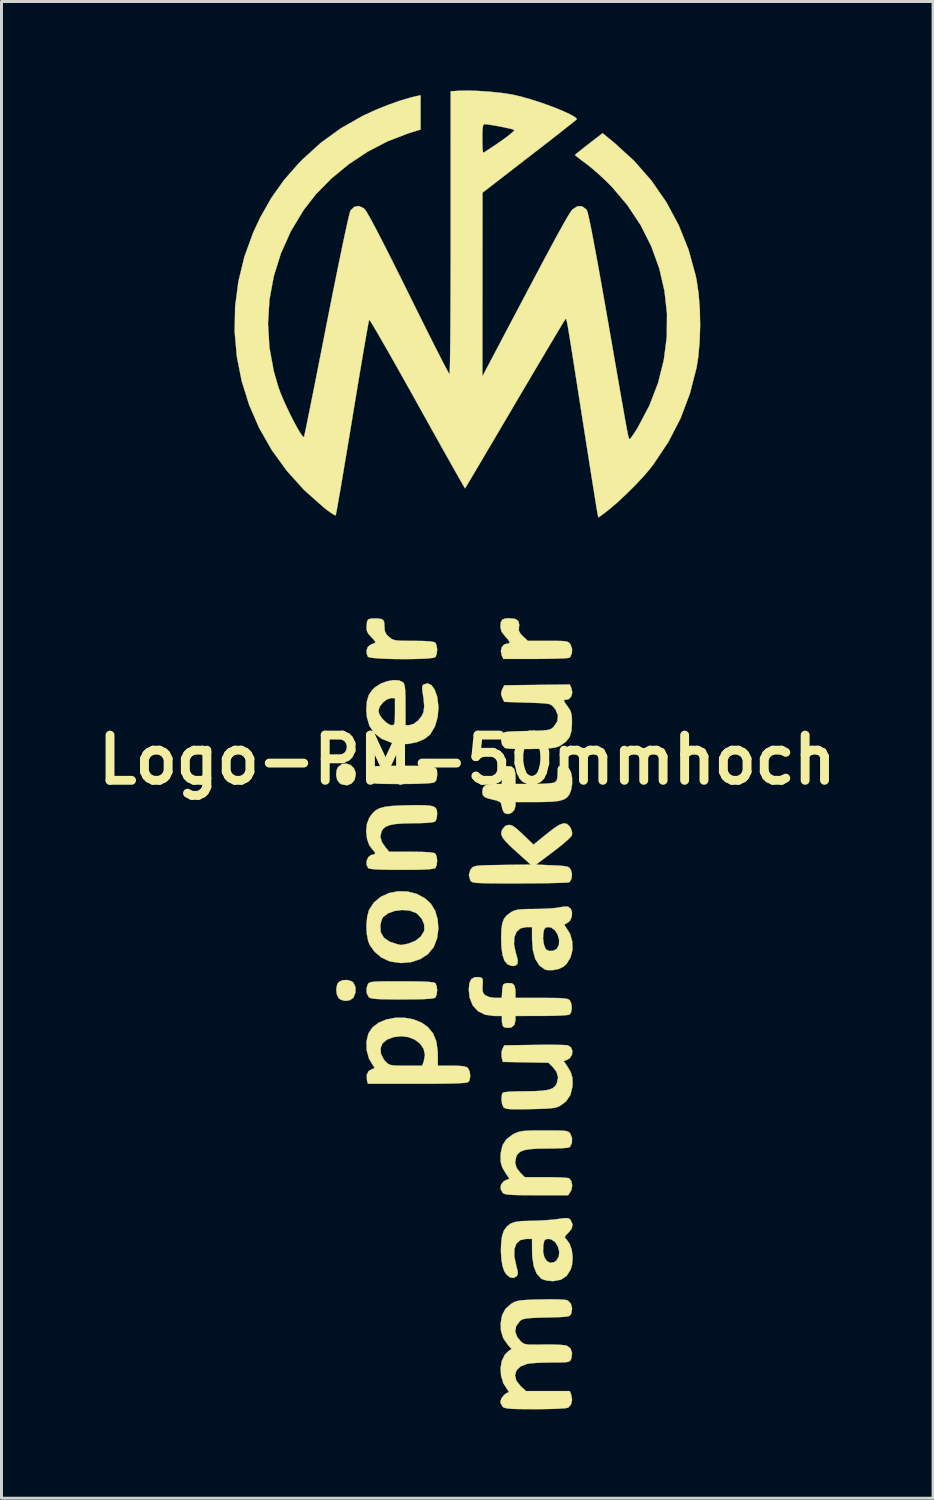
<source format=kicad_pcb>
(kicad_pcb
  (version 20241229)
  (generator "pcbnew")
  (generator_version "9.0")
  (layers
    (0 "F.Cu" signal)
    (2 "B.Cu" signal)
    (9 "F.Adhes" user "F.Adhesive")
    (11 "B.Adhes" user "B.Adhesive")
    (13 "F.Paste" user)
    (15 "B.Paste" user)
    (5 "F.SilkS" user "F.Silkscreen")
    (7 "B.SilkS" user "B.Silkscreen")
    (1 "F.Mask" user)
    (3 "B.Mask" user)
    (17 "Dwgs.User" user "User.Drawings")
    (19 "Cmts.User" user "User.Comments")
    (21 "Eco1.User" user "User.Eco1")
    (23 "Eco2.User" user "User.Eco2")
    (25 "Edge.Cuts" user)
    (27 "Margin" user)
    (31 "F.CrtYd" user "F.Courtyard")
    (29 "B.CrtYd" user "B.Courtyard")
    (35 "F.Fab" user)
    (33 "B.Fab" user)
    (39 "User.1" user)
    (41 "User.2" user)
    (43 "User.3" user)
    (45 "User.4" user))
  (footprint "Logo-PM-50mmhoch"
    (layer "F.Cu")
    (at 12.707 22.574)
    (property "Reference" "Logo-PM-50mmhoch" (at 0 0 0) (layer "F.SilkS") (effects (font (size 1.524 1.524) (thickness 0.3))))
    (attr through_hole)
    (fp_poly (pts (xy -3.935 0.174) (xy -3.821 0.283) (xy -3.762 0.439) (xy -3.759 0.486) (xy -3.799 0.673) (xy -3.905 0.8) (xy -4.054 0.857) (xy -4.224 0.83) (xy -4.307 0.785) (xy -4.387 0.674) (xy -4.422 0.514) (xy -4.406 0.348) (xy -4.356 0.241) (xy -4.229 0.143) (xy -4.08 0.124) (xy -3.935 0.174)) (stroke (width 0.01) (type solid)) (fill yes) (layer "F.SilkS"))
    (fp_poly (pts (xy -3.9 7.466) (xy -3.843 7.51) (xy -3.773 7.655) (xy -3.768 7.834) (xy -3.83 8.002) (xy -3.838 8.015) (xy -3.955 8.103) (xy -4.111 8.129) (xy -4.263 8.09) (xy -4.336 8.035) (xy -4.399 7.906) (xy -4.417 7.739) (xy -4.389 7.581) (xy -4.34 7.497) (xy -4.213 7.432) (xy -4.05 7.422) (xy -3.9 7.466)) (stroke (width 0.01) (type solid)) (fill yes) (layer "F.SilkS"))
    (fp_poly (pts (xy -1.529 0.205) (xy -1.321 0.213) (xy -1.179 0.23) (xy -1.089 0.26) (xy -1.04 0.306) (xy -1.02 0.371) (xy -1.016 0.459) (xy -1.016 0.536) (xy -1.045 0.689) (xy -1.114 0.76) (xy -1.199 0.778) (xy -1.373 0.793) (xy -1.621 0.804) (xy -1.932 0.811) (xy -2.224 0.813) (xy -2.572 0.812) (xy -2.833 0.809) (xy -3.021 0.802) (xy -3.149 0.791) (xy -3.233 0.774) (xy -3.286 0.75) (xy -3.32 0.72) (xy -3.394 0.567) (xy -3.386 0.387) (xy -3.351 0.301) (xy -3.328 0.269) (xy -3.291 0.245) (xy -3.225 0.227) (xy -3.118 0.216) (xy -2.956 0.208) (xy -2.728 0.205) (xy -2.418 0.203) (xy -2.188 0.203) (xy -1.814 0.203) (xy -1.529 0.205)) (stroke (width 0.01) (type solid)) (fill yes) (layer "F.SilkS"))
    (fp_poly (pts (xy -1.817 7.47) (xy -1.51 7.476) (xy -1.29 7.487) (xy -1.149 7.503) (xy -1.081 7.525) (xy -1.077 7.529) (xy -1.036 7.618) (xy -1.016 7.755) (xy -1.016 7.772) (xy -1.032 7.912) (xy -1.071 8.01) (xy -1.077 8.016) (xy -1.136 8.039) (xy -1.268 8.056) (xy -1.479 8.068) (xy -1.776 8.075) (xy -2.167 8.077) (xy -2.191 8.077) (xy -2.553 8.076) (xy -2.828 8.072) (xy -3.027 8.065) (xy -3.164 8.053) (xy -3.253 8.036) (xy -3.306 8.012) (xy -3.324 7.997) (xy -3.391 7.866) (xy -3.395 7.696) (xy -3.351 7.566) (xy -3.328 7.533) (xy -3.29 7.509) (xy -3.223 7.491) (xy -3.114 7.48) (xy -2.95 7.472) (xy -2.718 7.469) (xy -2.404 7.468) (xy -2.218 7.468) (xy -1.817 7.47)) (stroke (width 0.01) (type solid)) (fill yes) (layer "F.SilkS"))
    (fp_poly (pts (xy 1.616 -4.754) (xy 1.722 -4.684) (xy 1.753 -4.555) (xy 1.742 -4.458) (xy 1.742 -4.348) (xy 1.803 -4.244) (xy 1.879 -4.166) (xy 2.043 -4.013) (xy 2.722 -4.013) (xy 2.996 -4.013) (xy 3.187 -4.009) (xy 3.312 -3.998) (xy 3.39 -3.979) (xy 3.439 -3.947) (xy 3.476 -3.899) (xy 3.484 -3.887) (xy 3.534 -3.745) (xy 3.527 -3.591) (xy 3.469 -3.469) (xy 3.438 -3.443) (xy 3.371 -3.432) (xy 3.219 -3.422) (xy 2.997 -3.414) (xy 2.72 -3.408) (xy 2.406 -3.405) (xy 2.298 -3.404) (xy 1.217 -3.404) (xy 1.159 -3.531) (xy 1.133 -3.67) (xy 1.166 -3.802) (xy 1.243 -3.892) (xy 1.311 -3.912) (xy 1.41 -3.926) (xy 1.427 -3.977) (xy 1.363 -4.072) (xy 1.292 -4.147) (xy 1.158 -4.32) (xy 1.118 -4.468) (xy 1.13 -4.639) (xy 1.184 -4.732) (xy 1.3 -4.77) (xy 1.426 -4.775) (xy 1.616 -4.754)) (stroke (width 0.01) (type solid)) (fill yes) (layer "F.SilkS"))
    (fp_poly (pts (xy -2.914 -4.753) (xy -2.838 -4.719) (xy -2.803 -4.648) (xy -2.794 -4.509) (xy -2.794 -4.499) (xy -2.78 -4.34) (xy -2.725 -4.23) (xy -2.638 -4.145) (xy -2.57 -4.091) (xy -2.501 -4.055) (xy -2.413 -4.032) (xy -2.284 -4.019) (xy -2.095 -4.014) (xy -1.826 -4.013) (xy -1.81 -4.013) (xy -1.48 -4.009) (xy -1.249 -3.995) (xy -1.114 -3.971) (xy -1.077 -3.952) (xy -1.036 -3.863) (xy -1.016 -3.726) (xy -1.016 -3.708) (xy -1.032 -3.569) (xy -1.071 -3.471) (xy -1.077 -3.465) (xy -1.151 -3.441) (xy -1.307 -3.422) (xy -1.526 -3.409) (xy -1.791 -3.401) (xy -2.083 -3.398) (xy -2.382 -3.399) (xy -2.671 -3.406) (xy -2.931 -3.417) (xy -3.144 -3.434) (xy -3.29 -3.454) (xy -3.35 -3.477) (xy -3.39 -3.58) (xy -3.395 -3.688) (xy -3.356 -3.806) (xy -3.26 -3.885) (xy -3.139 -3.931) (xy -3.099 -3.958) (xy -3.117 -4.01) (xy -3.202 -4.106) (xy -3.231 -4.136) (xy -3.341 -4.258) (xy -3.39 -4.363) (xy -3.396 -4.495) (xy -3.394 -4.532) (xy -3.378 -4.669) (xy -3.341 -4.735) (xy -3.257 -4.761) (xy -3.206 -4.766) (xy -3.048 -4.769) (xy -2.914 -4.753)) (stroke (width 0.01) (type solid)) (fill yes) (layer "F.SilkS"))
    (fp_poly (pts (xy -2.022 4.439) (xy -1.717 4.514) (xy -1.439 4.66) (xy -1.233 4.843) (xy -1.085 5.083) (xy -0.998 5.377) (xy -0.975 5.697) (xy -1.017 6.014) (xy -1.127 6.301) (xy -1.141 6.326) (xy -1.33 6.553) (xy -1.587 6.72) (xy -1.891 6.821) (xy -2.225 6.851) (xy -2.569 6.804) (xy -2.656 6.779) (xy -2.905 6.657) (xy -3.124 6.471) (xy -3.285 6.248) (xy -3.341 6.114) (xy -3.39 5.858) (xy -3.4 5.585) (xy -2.932 5.585) (xy -2.919 5.811) (xy -2.815 5.993) (xy -2.621 6.131) (xy -2.338 6.223) (xy -2.235 6.242) (xy -2.175 6.234) (xy -2.051 6.209) (xy -1.981 6.193) (xy -1.753 6.104) (xy -1.571 5.961) (xy -1.461 5.784) (xy -1.447 5.736) (xy -1.453 5.549) (xy -1.535 5.359) (xy -1.677 5.2) (xy -1.737 5.158) (xy -1.947 5.082) (xy -2.195 5.062) (xy -2.447 5.094) (xy -2.672 5.175) (xy -2.837 5.299) (xy -2.84 5.303) (xy -2.889 5.402) (xy -2.927 5.55) (xy -2.932 5.585) (xy -3.4 5.585) (xy -3.401 5.571) (xy -3.375 5.294) (xy -3.315 5.067) (xy -3.307 5.051) (xy -3.143 4.803) (xy -2.914 4.616) (xy -2.639 4.491) (xy -2.335 4.432) (xy -2.022 4.439)) (stroke (width 0.01) (type solid)) (fill yes) (layer "F.SilkS"))
    (fp_poly (pts (xy 0.467 7.339) (xy 0.512 7.375) (xy 0.524 7.46) (xy 0.518 7.602) (xy 0.515 7.765) (xy 0.537 7.863) (xy 0.596 7.929) (xy 0.618 7.945) (xy 0.743 7.998) (xy 0.909 8.025) (xy 0.948 8.026) (xy 1.163 8.026) (xy 1.178 7.785) (xy 1.192 7.639) (xy 1.223 7.566) (xy 1.291 7.536) (xy 1.366 7.527) (xy 1.507 7.534) (xy 1.587 7.598) (xy 1.621 7.735) (xy 1.625 7.836) (xy 1.626 8.026) (xy 2.508 8.026) (xy 2.836 8.028) (xy 3.077 8.032) (xy 3.246 8.042) (xy 3.356 8.057) (xy 3.422 8.079) (xy 3.458 8.107) (xy 3.508 8.22) (xy 3.524 8.367) (xy 3.504 8.504) (xy 3.452 8.588) (xy 3.379 8.603) (xy 3.222 8.617) (xy 3.001 8.627) (xy 2.732 8.633) (xy 2.502 8.635) (xy 1.626 8.636) (xy 1.626 8.778) (xy 1.587 8.937) (xy 1.483 9.026) (xy 1.327 9.037) (xy 1.232 9.009) (xy 1.189 8.946) (xy 1.169 8.825) (xy 1.168 8.81) (xy 1.168 8.636) (xy 0.912 8.636) (xy 0.606 8.595) (xy 0.361 8.474) (xy 0.184 8.28) (xy 0.079 8.019) (xy 0.051 7.753) (xy 0.071 7.529) (xy 0.138 7.39) (xy 0.256 7.328) (xy 0.375 7.325) (xy 0.467 7.339)) (stroke (width 0.01) (type solid)) (fill yes) (layer "F.SilkS"))
    (fp_poly (pts (xy 3.109 9.611) (xy 3.286 9.617) (xy 3.382 9.624) (xy 3.388 9.625) (xy 3.497 9.694) (xy 3.544 9.811) (xy 3.531 9.943) (xy 3.458 10.058) (xy 3.374 10.111) (xy 3.252 10.157) (xy 3.38 10.345) (xy 3.492 10.536) (xy 3.545 10.715) (xy 3.552 10.926) (xy 3.544 11.03) (xy 3.478 11.302) (xy 3.333 11.515) (xy 3.144 11.659) (xy 3.067 11.697) (xy 2.975 11.726) (xy 2.851 11.746) (xy 2.677 11.76) (xy 2.436 11.77) (xy 2.131 11.777) (xy 1.815 11.782) (xy 1.585 11.783) (xy 1.426 11.777) (xy 1.323 11.764) (xy 1.259 11.742) (xy 1.221 11.712) (xy 1.219 11.709) (xy 1.172 11.596) (xy 1.154 11.439) (xy 1.169 11.29) (xy 1.192 11.23) (xy 1.257 11.207) (xy 1.416 11.189) (xy 1.66 11.179) (xy 1.926 11.176) (xy 2.281 11.171) (xy 2.548 11.155) (xy 2.742 11.124) (xy 2.876 11.075) (xy 2.964 11.004) (xy 3.02 10.911) (xy 3.063 10.708) (xy 3.009 10.519) (xy 2.887 10.362) (xy 2.738 10.213) (xy 1.969 10.199) (xy 1.201 10.185) (xy 1.161 10.036) (xy 1.155 9.844) (xy 1.184 9.757) (xy 1.246 9.627) (xy 2.261 9.612) (xy 2.579 9.609) (xy 2.867 9.609) (xy 3.109 9.611)) (stroke (width 0.01) (type solid)) (fill yes) (layer "F.SilkS"))
    (fp_poly (pts (xy 3.332 0.229) (xy 3.422 0.28) (xy 3.495 0.41) (xy 3.534 0.602) (xy 3.536 0.819) (xy 3.498 1.026) (xy 3.498 1.027) (xy 3.443 1.164) (xy 3.366 1.266) (xy 3.254 1.337) (xy 3.091 1.384) (xy 2.864 1.41) (xy 2.558 1.421) (xy 2.349 1.422) (xy 1.626 1.422) (xy 1.626 1.546) (xy 1.59 1.684) (xy 1.5 1.783) (xy 1.385 1.828) (xy 1.272 1.803) (xy 1.23 1.765) (xy 1.186 1.67) (xy 1.16 1.553) (xy 1.139 1.462) (xy 1.084 1.407) (xy 0.969 1.366) (xy 0.887 1.347) (xy 0.693 1.298) (xy 0.579 1.249) (xy 0.524 1.186) (xy 0.508 1.094) (xy 0.508 1.074) (xy 0.531 0.937) (xy 0.61 0.855) (xy 0.762 0.818) (xy 0.897 0.813) (xy 1.163 0.813) (xy 1.179 0.521) (xy 1.19 0.356) (xy 1.213 0.266) (xy 1.259 0.227) (xy 1.337 0.212) (xy 1.487 0.222) (xy 1.579 0.3) (xy 1.621 0.458) (xy 1.626 0.565) (xy 1.626 0.813) (xy 2.239 0.813) (xy 2.486 0.809) (xy 2.704 0.797) (xy 2.867 0.78) (xy 2.95 0.76) (xy 3.012 0.702) (xy 3.042 0.595) (xy 3.048 0.455) (xy 3.051 0.306) (xy 3.072 0.231) (xy 3.126 0.206) (xy 3.197 0.203) (xy 3.332 0.229)) (stroke (width 0.01) (type solid)) (fill yes) (layer "F.SilkS"))
    (fp_poly (pts (xy 3.514 -2.414) (xy 3.541 -2.27) (xy 3.507 -2.138) (xy 3.424 -2.05) (xy 3.354 -2.032) (xy 3.279 -2.025) (xy 3.26 -1.991) (xy 3.302 -1.913) (xy 3.391 -1.791) (xy 3.466 -1.68) (xy 3.508 -1.57) (xy 3.527 -1.427) (xy 3.531 -1.24) (xy 3.513 -0.969) (xy 3.45 -0.769) (xy 3.329 -0.615) (xy 3.145 -0.484) (xy 3.067 -0.445) (xy 2.972 -0.417) (xy 2.843 -0.397) (xy 2.663 -0.383) (xy 2.412 -0.374) (xy 2.16 -0.368) (xy 1.836 -0.365) (xy 1.572 -0.37) (xy 1.38 -0.381) (xy 1.274 -0.399) (xy 1.263 -0.404) (xy 1.174 -0.513) (xy 1.139 -0.671) (xy 1.165 -0.829) (xy 1.186 -0.877) (xy 1.217 -0.91) (xy 1.274 -0.934) (xy 1.373 -0.949) (xy 1.529 -0.959) (xy 1.759 -0.967) (xy 2.002 -0.972) (xy 2.302 -0.98) (xy 2.518 -0.989) (xy 2.667 -1.001) (xy 2.766 -1.02) (xy 2.833 -1.048) (xy 2.886 -1.088) (xy 2.916 -1.118) (xy 3.037 -1.3) (xy 3.058 -1.495) (xy 2.979 -1.692) (xy 2.926 -1.762) (xy 2.876 -1.817) (xy 2.826 -1.856) (xy 2.756 -1.883) (xy 2.65 -1.9) (xy 2.49 -1.913) (xy 2.26 -1.923) (xy 2.024 -1.93) (xy 1.246 -1.956) (xy 1.179 -2.095) (xy 1.138 -2.221) (xy 1.162 -2.337) (xy 1.179 -2.375) (xy 1.246 -2.515) (xy 2.351 -2.528) (xy 3.456 -2.542) (xy 3.514 -2.414)) (stroke (width 0.01) (type solid)) (fill yes) (layer "F.SilkS"))
    (fp_poly (pts (xy -1.816 8.75) (xy -1.537 8.863) (xy -1.329 9.01) (xy -1.153 9.224) (xy -1.044 9.491) (xy -0.997 9.827) (xy -0.995 9.918) (xy -0.991 10.312) (xy -0.524 10.312) (xy -0.28 10.317) (xy -0.118 10.333) (xy -0.019 10.363) (xy 0.022 10.392) (xy 0.08 10.506) (xy 0.1 10.658) (xy 0.077 10.799) (xy 0.041 10.861) (xy -0.007 10.879) (xy -0.116 10.894) (xy -0.293 10.905) (xy -0.544 10.913) (xy -0.878 10.919) (xy -1.3 10.921) (xy -1.686 10.922) (xy -3.351 10.922) (xy -3.382 10.799) (xy -3.39 10.622) (xy -3.325 10.492) (xy -3.22 10.433) (xy -3.135 10.402) (xy -3.136 10.357) (xy -3.167 10.319) (xy -3.311 10.083) (xy -3.391 9.799) (xy -3.393 9.723) (xy -2.924 9.723) (xy -2.91 9.913) (xy -2.812 10.106) (xy -2.755 10.173) (xy -2.692 10.234) (xy -2.628 10.274) (xy -2.541 10.298) (xy -2.409 10.309) (xy -2.208 10.312) (xy -2.072 10.312) (xy -1.521 10.312) (xy -1.468 10.173) (xy -1.427 9.948) (xy -1.472 9.745) (xy -1.589 9.572) (xy -1.764 9.438) (xy -1.982 9.35) (xy -2.229 9.318) (xy -2.49 9.351) (xy -2.707 9.433) (xy -2.856 9.557) (xy -2.924 9.723) (xy -3.393 9.723) (xy -3.4 9.502) (xy -3.333 9.225) (xy -3.195 9.019) (xy -2.985 8.861) (xy -2.723 8.753) (xy -2.429 8.697) (xy -2.12 8.695) (xy -1.816 8.75)) (stroke (width 0.01) (type solid)) (fill yes) (layer "F.SilkS"))
    (fp_poly (pts (xy 2.902 12.497) (xy 3.118 12.5) (xy 3.265 12.508) (xy 3.359 12.522) (xy 3.417 12.546) (xy 3.456 12.582) (xy 3.484 12.623) (xy 3.534 12.765) (xy 3.527 12.919) (xy 3.469 13.041) (xy 3.438 13.067) (xy 3.367 13.081) (xy 3.215 13.093) (xy 3.005 13.102) (xy 2.756 13.105) (xy 2.713 13.106) (xy 2.363 13.111) (xy 2.101 13.129) (xy 1.912 13.163) (xy 1.783 13.216) (xy 1.698 13.293) (xy 1.654 13.372) (xy 1.611 13.574) (xy 1.664 13.762) (xy 1.788 13.922) (xy 1.938 14.072) (xy 2.658 14.072) (xy 2.922 14.075) (xy 3.151 14.082) (xy 3.325 14.093) (xy 3.425 14.106) (xy 3.438 14.111) (xy 3.513 14.212) (xy 3.538 14.36) (xy 3.508 14.511) (xy 3.484 14.555) (xy 3.401 14.681) (xy 2.339 14.681) (xy 1.975 14.68) (xy 1.699 14.676) (xy 1.499 14.669) (xy 1.36 14.657) (xy 1.271 14.64) (xy 1.216 14.617) (xy 1.197 14.601) (xy 1.124 14.468) (xy 1.137 14.327) (xy 1.228 14.211) (xy 1.302 14.171) (xy 1.421 14.125) (xy 1.294 13.937) (xy 1.182 13.746) (xy 1.128 13.568) (xy 1.122 13.356) (xy 1.13 13.252) (xy 1.189 12.993) (xy 1.318 12.794) (xy 1.53 12.635) (xy 1.576 12.611) (xy 1.67 12.567) (xy 1.765 12.536) (xy 1.881 12.516) (xy 2.037 12.504) (xy 2.253 12.498) (xy 2.548 12.497) (xy 2.6 12.497) (xy 2.902 12.497)) (stroke (width 0.01) (type solid)) (fill yes) (layer "F.SilkS"))
    (fp_poly (pts (xy -2.301 -2.679) (xy -2.168 -2.617) (xy -2.163 -2.613) (xy -2.129 -2.56) (xy -2.106 -2.471) (xy -2.092 -2.329) (xy -2.085 -2.117) (xy -2.083 -1.851) (xy -2.083 -1.168) (xy -1.96 -1.168) (xy -1.81 -1.212) (xy -1.658 -1.326) (xy -1.534 -1.481) (xy -1.476 -1.612) (xy -1.452 -1.804) (xy -1.472 -2.06) (xy -1.486 -2.145) (xy -1.515 -2.335) (xy -1.521 -2.449) (xy -1.503 -2.513) (xy -1.471 -2.542) (xy -1.336 -2.58) (xy -1.211 -2.523) (xy -1.103 -2.376) (xy -1.02 -2.148) (xy -1.013 -2.122) (xy -0.971 -1.782) (xy -0.999 -1.441) (xy -1.091 -1.127) (xy -1.243 -0.87) (xy -1.263 -0.845) (xy -1.451 -0.7) (xy -1.705 -0.595) (xy -1.998 -0.537) (xy -2.301 -0.533) (xy -2.55 -0.576) (xy -2.883 -0.709) (xy -3.132 -0.898) (xy -3.299 -1.146) (xy -3.388 -1.456) (xy -3.401 -1.65) (xy -2.997 -1.65) (xy -2.958 -1.523) (xy -2.861 -1.382) (xy -2.733 -1.258) (xy -2.604 -1.18) (xy -2.545 -1.168) (xy -2.494 -1.175) (xy -2.463 -1.208) (xy -2.446 -1.286) (xy -2.44 -1.429) (xy -2.438 -1.626) (xy -2.438 -2.083) (xy -2.569 -2.083) (xy -2.711 -2.04) (xy -2.85 -1.931) (xy -2.956 -1.789) (xy -2.997 -1.65) (xy -3.401 -1.65) (xy -3.404 -1.695) (xy -3.385 -1.974) (xy -3.321 -2.187) (xy -3.2 -2.361) (xy -3.099 -2.456) (xy -2.916 -2.572) (xy -2.703 -2.652) (xy -2.488 -2.689) (xy -2.301 -2.679)) (stroke (width 0.01) (type solid)) (fill yes) (layer "F.SilkS"))
    (fp_poly (pts (xy -1.423 1.531) (xy -1.243 1.547) (xy -1.125 1.579) (xy -1.056 1.632) (xy -1.024 1.708) (xy -1.016 1.812) (xy -1.016 1.82) (xy -1.031 1.962) (xy -1.069 2.063) (xy -1.077 2.073) (xy -1.161 2.103) (xy -1.343 2.123) (xy -1.625 2.135) (xy -1.801 2.136) (xy -2.158 2.144) (xy -2.427 2.164) (xy -2.623 2.202) (xy -2.759 2.259) (xy -2.849 2.34) (xy -2.887 2.404) (xy -2.931 2.582) (xy -2.885 2.763) (xy -2.764 2.942) (xy -2.633 3.099) (xy -1.885 3.099) (xy -1.543 3.103) (xy -1.297 3.114) (xy -1.143 3.134) (xy -1.077 3.16) (xy -1.036 3.249) (xy -1.016 3.386) (xy -1.016 3.404) (xy -1.032 3.543) (xy -1.071 3.641) (xy -1.077 3.647) (xy -1.136 3.67) (xy -1.266 3.687) (xy -1.475 3.699) (xy -1.77 3.706) (xy -2.159 3.708) (xy -2.21 3.708) (xy -2.61 3.706) (xy -2.915 3.7) (xy -3.134 3.689) (xy -3.273 3.672) (xy -3.339 3.65) (xy -3.343 3.647) (xy -3.397 3.535) (xy -3.391 3.4) (xy -3.335 3.279) (xy -3.241 3.207) (xy -3.199 3.2) (xy -3.112 3.177) (xy -3.115 3.113) (xy -3.178 3.045) (xy -3.303 2.883) (xy -3.38 2.661) (xy -3.409 2.41) (xy -3.385 2.163) (xy -3.304 1.952) (xy -3.289 1.928) (xy -3.19 1.797) (xy -3.084 1.699) (xy -2.953 1.63) (xy -2.781 1.584) (xy -2.551 1.555) (xy -2.247 1.538) (xy -2.024 1.532) (xy -1.679 1.527) (xy -1.423 1.531)) (stroke (width 0.01) (type solid)) (fill yes) (layer "F.SilkS"))
    (fp_poly (pts (xy 3.356 2.156) (xy 3.444 2.234) (xy 3.5 2.326) (xy 3.536 2.455) (xy 3.529 2.544) (xy 3.478 2.61) (xy 3.361 2.722) (xy 3.192 2.866) (xy 2.988 3.027) (xy 2.908 3.088) (xy 2.319 3.531) (xy 2.873 3.556) (xy 3.117 3.568) (xy 3.279 3.582) (xy 3.38 3.603) (xy 3.44 3.634) (xy 3.477 3.682) (xy 3.492 3.708) (xy 3.53 3.854) (xy 3.515 4.004) (xy 3.454 4.114) (xy 3.438 4.126) (xy 3.374 4.136) (xy 3.221 4.144) (xy 2.992 4.151) (xy 2.7 4.158) (xy 2.357 4.162) (xy 1.975 4.164) (xy 1.767 4.165) (xy 1.32 4.165) (xy 0.963 4.164) (xy 0.687 4.161) (xy 0.48 4.156) (xy 0.331 4.149) (xy 0.231 4.137) (xy 0.167 4.122) (xy 0.13 4.102) (xy 0.109 4.077) (xy 0.103 4.067) (xy 0.054 3.884) (xy 0.104 3.712) (xy 0.14 3.663) (xy 0.176 3.626) (xy 0.225 3.598) (xy 0.3 3.578) (xy 0.417 3.564) (xy 0.59 3.555) (xy 0.834 3.549) (xy 1.164 3.544) (xy 1.183 3.543) (xy 2.137 3.531) (xy 1.691 3.129) (xy 1.459 2.916) (xy 1.298 2.754) (xy 1.198 2.629) (xy 1.151 2.528) (xy 1.148 2.438) (xy 1.179 2.348) (xy 1.284 2.227) (xy 1.386 2.194) (xy 1.467 2.199) (xy 1.559 2.241) (xy 1.678 2.332) (xy 1.844 2.484) (xy 1.88 2.518) (xy 2.233 2.859) (xy 2.678 2.497) (xy 2.922 2.308) (xy 3.108 2.19) (xy 3.248 2.14) (xy 3.356 2.156)) (stroke (width 0.01) (type solid)) (fill yes) (layer "F.SilkS"))
    (fp_poly (pts (xy 3.404 4.953) (xy 3.495 5.028) (xy 3.533 5.154) (xy 3.521 5.298) (xy 3.463 5.427) (xy 3.362 5.509) (xy 3.352 5.512) (xy 3.278 5.548) (xy 3.293 5.601) (xy 3.318 5.631) (xy 3.466 5.865) (xy 3.542 6.131) (xy 3.548 6.404) (xy 3.483 6.66) (xy 3.351 6.877) (xy 3.247 6.972) (xy 3.085 7.05) (xy 2.886 7.091) (xy 2.698 7.089) (xy 2.616 7.067) (xy 2.428 6.93) (xy 2.292 6.71) (xy 2.211 6.409) (xy 2.184 6.047) (xy 2.184 6.02) (xy 2.555 6.02) (xy 2.581 6.217) (xy 2.64 6.369) (xy 2.654 6.388) (xy 2.756 6.444) (xy 2.891 6.44) (xy 3.012 6.379) (xy 3.019 6.372) (xy 3.091 6.237) (xy 3.098 6.07) (xy 3.051 5.898) (xy 2.959 5.751) (xy 2.835 5.657) (xy 2.745 5.639) (xy 2.646 5.653) (xy 2.595 5.715) (xy 2.568 5.821) (xy 2.555 6.02) (xy 2.184 6.02) (xy 2.184 5.639) (xy 1.985 5.639) (xy 1.796 5.681) (xy 1.662 5.799) (xy 1.587 5.982) (xy 1.576 6.219) (xy 1.632 6.496) (xy 1.652 6.555) (xy 1.704 6.757) (xy 1.69 6.886) (xy 1.608 6.946) (xy 1.507 6.95) (xy 1.364 6.9) (xy 1.258 6.779) (xy 1.188 6.578) (xy 1.151 6.292) (xy 1.143 6.018) (xy 1.151 5.726) (xy 1.18 5.513) (xy 1.239 5.358) (xy 1.336 5.239) (xy 1.48 5.134) (xy 1.489 5.129) (xy 1.576 5.085) (xy 1.681 5.056) (xy 1.826 5.039) (xy 2.033 5.03) (xy 2.261 5.028) (xy 2.524 5.023) (xy 2.773 5.011) (xy 2.976 4.994) (xy 3.092 4.976) (xy 3.249 4.95) (xy 3.376 4.948) (xy 3.404 4.953)) (stroke (width 0.01) (type solid)) (fill yes) (layer "F.SilkS"))
    (fp_poly (pts (xy 3.425 15.464) (xy 3.471 15.501) (xy 3.488 15.522) (xy 3.551 15.669) (xy 3.517 15.814) (xy 3.404 15.951) (xy 3.312 16.044) (xy 3.288 16.102) (xy 3.324 16.151) (xy 3.336 16.161) (xy 3.45 16.314) (xy 3.525 16.53) (xy 3.554 16.778) (xy 3.534 17.027) (xy 3.486 17.189) (xy 3.353 17.4) (xy 3.163 17.528) (xy 2.911 17.576) (xy 2.875 17.577) (xy 2.666 17.557) (xy 2.511 17.504) (xy 2.495 17.494) (xy 2.341 17.325) (xy 2.239 17.07) (xy 2.19 16.731) (xy 2.186 16.597) (xy 2.557 16.597) (xy 2.602 16.778) (xy 2.686 16.904) (xy 2.799 16.961) (xy 2.93 16.937) (xy 3.006 16.883) (xy 3.088 16.749) (xy 3.102 16.582) (xy 3.058 16.412) (xy 2.967 16.266) (xy 2.838 16.173) (xy 2.743 16.154) (xy 2.65 16.164) (xy 2.6 16.213) (xy 2.571 16.328) (xy 2.564 16.374) (xy 2.557 16.597) (xy 2.186 16.597) (xy 2.186 16.573) (xy 2.184 16.154) (xy 1.985 16.154) (xy 1.789 16.194) (xy 1.657 16.31) (xy 1.589 16.497) (xy 1.587 16.75) (xy 1.654 17.063) (xy 1.697 17.232) (xy 1.703 17.337) (xy 1.672 17.405) (xy 1.671 17.405) (xy 1.563 17.471) (xy 1.438 17.45) (xy 1.316 17.349) (xy 1.249 17.247) (xy 1.188 17.067) (xy 1.15 16.827) (xy 1.134 16.558) (xy 1.143 16.291) (xy 1.174 16.056) (xy 1.23 15.885) (xy 1.239 15.869) (xy 1.339 15.732) (xy 1.457 15.639) (xy 1.614 15.582) (xy 1.831 15.553) (xy 2.127 15.545) (xy 2.403 15.538) (xy 2.695 15.521) (xy 2.954 15.497) (xy 3.029 15.487) (xy 3.228 15.459) (xy 3.352 15.451) (xy 3.425 15.464)) (stroke (width 0.01) (type solid)) (fill yes) (layer "F.SilkS"))
    (fp_poly (pts (xy 3.115 18.195) (xy 3.301 18.209) (xy 3.391 18.231) (xy 3.493 18.337) (xy 3.535 18.496) (xy 3.509 18.66) (xy 3.488 18.707) (xy 3.457 18.741) (xy 3.399 18.765) (xy 3.3 18.78) (xy 3.143 18.79) (xy 2.912 18.798) (xy 2.676 18.803) (xy 2.371 18.811) (xy 2.152 18.822) (xy 1.999 18.836) (xy 1.897 18.856) (xy 1.828 18.885) (xy 1.777 18.923) (xy 1.647 19.094) (xy 1.616 19.277) (xy 1.684 19.465) (xy 1.808 19.613) (xy 1.865 19.661) (xy 1.928 19.694) (xy 2.015 19.713) (xy 2.148 19.721) (xy 2.346 19.721) (xy 2.579 19.717) (xy 2.838 19.716) (xy 3.07 19.722) (xy 3.251 19.735) (xy 3.356 19.753) (xy 3.359 19.754) (xy 3.481 19.849) (xy 3.534 20) (xy 3.51 20.179) (xy 3.507 20.189) (xy 3.483 20.244) (xy 3.449 20.281) (xy 3.387 20.303) (xy 3.279 20.315) (xy 3.106 20.32) (xy 2.851 20.321) (xy 2.833 20.321) (xy 2.571 20.325) (xy 2.326 20.336) (xy 2.128 20.351) (xy 2.012 20.368) (xy 1.793 20.456) (xy 1.657 20.59) (xy 1.61 20.755) (xy 1.655 20.935) (xy 1.796 21.116) (xy 1.8 21.12) (xy 1.98 21.285) (xy 3.457 21.285) (xy 3.507 21.416) (xy 3.534 21.586) (xy 3.496 21.742) (xy 3.402 21.845) (xy 3.401 21.845) (xy 3.323 21.861) (xy 3.161 21.874) (xy 2.93 21.885) (xy 2.649 21.892) (xy 2.333 21.895) (xy 2.293 21.895) (xy 1.937 21.894) (xy 1.67 21.89) (xy 1.477 21.882) (xy 1.345 21.869) (xy 1.26 21.851) (xy 1.21 21.826) (xy 1.197 21.815) (xy 1.132 21.707) (xy 1.118 21.637) (xy 1.153 21.531) (xy 1.237 21.421) (xy 1.335 21.347) (xy 1.379 21.336) (xy 1.401 21.307) (xy 1.36 21.247) (xy 1.219 21.026) (xy 1.141 20.772) (xy 1.123 20.509) (xy 1.167 20.261) (xy 1.271 20.053) (xy 1.388 19.938) (xy 1.493 19.865) (xy 1.387 19.75) (xy 1.217 19.51) (xy 1.135 19.251) (xy 1.128 18.99) (xy 1.177 18.718) (xy 1.289 18.511) (xy 1.477 18.346) (xy 1.529 18.313) (xy 1.61 18.273) (xy 1.706 18.244) (xy 1.836 18.224) (xy 2.019 18.21) (xy 2.273 18.2) (xy 2.496 18.194) (xy 2.843 18.19) (xy 3.115 18.195)) (stroke (width 0.01) (type solid)) (fill yes) (layer "F.SilkS"))
    (fp_poly (pts (xy 0.386 -22.557) (xy 0.77 -22.53) (xy 1.141 -22.492) (xy 1.463 -22.445) (xy 1.549 -22.429) (xy 1.814 -22.366) (xy 2.106 -22.284) (xy 2.41 -22.188) (xy 2.712 -22.083) (xy 2.998 -21.975) (xy 3.252 -21.869) (xy 3.462 -21.772) (xy 3.611 -21.689) (xy 3.686 -21.626) (xy 3.689 -21.599) (xy 3.645 -21.561) (xy 3.529 -21.467) (xy 3.35 -21.326) (xy 3.117 -21.143) (xy 2.839 -20.925) (xy 2.524 -20.68) (xy 2.181 -20.415) (xy 2.089 -20.344) (xy 0.513 -19.126) (xy 0.509 -12.929) (xy 1.071 -13.995) (xy 1.464 -14.741) (xy 1.813 -15.402) (xy 2.12 -15.983) (xy 2.388 -16.489) (xy 2.62 -16.926) (xy 2.82 -17.298) (xy 2.988 -17.61) (xy 3.13 -17.868) (xy 3.246 -18.078) (xy 3.34 -18.242) (xy 3.415 -18.368) (xy 3.473 -18.46) (xy 3.518 -18.523) (xy 3.551 -18.563) (xy 3.555 -18.567) (xy 3.713 -18.667) (xy 3.867 -18.668) (xy 4.003 -18.572) (xy 4.039 -18.523) (xy 4.062 -18.451) (xy 4.101 -18.283) (xy 4.155 -18.026) (xy 4.222 -17.685) (xy 4.301 -17.264) (xy 4.393 -16.77) (xy 4.494 -16.208) (xy 4.605 -15.582) (xy 4.725 -14.899) (xy 4.751 -14.752) (xy 4.876 -14.032) (xy 4.985 -13.406) (xy 5.078 -12.866) (xy 5.158 -12.407) (xy 5.226 -12.022) (xy 5.282 -11.705) (xy 5.327 -11.449) (xy 5.364 -11.247) (xy 5.393 -11.094) (xy 5.416 -10.982) (xy 5.433 -10.905) (xy 5.446 -10.857) (xy 5.455 -10.831) (xy 5.464 -10.821) (xy 5.471 -10.819) (xy 5.48 -10.82) (xy 5.48 -10.82) (xy 5.521 -10.861) (xy 5.599 -10.97) (xy 5.702 -11.128) (xy 5.758 -11.22) (xy 6.143 -11.951) (xy 6.433 -12.706) (xy 6.627 -13.478) (xy 6.728 -14.258) (xy 6.735 -15.04) (xy 6.65 -15.816) (xy 6.473 -16.578) (xy 6.206 -17.318) (xy 5.848 -18.029) (xy 5.402 -18.703) (xy 4.885 -19.315) (xy 4.667 -19.533) (xy 4.424 -19.759) (xy 4.189 -19.962) (xy 4.039 -20.081) (xy 3.867 -20.209) (xy 3.732 -20.314) (xy 3.649 -20.381) (xy 3.632 -20.398) (xy 3.67 -20.432) (xy 3.772 -20.516) (xy 3.923 -20.636) (xy 4.097 -20.772) (xy 4.563 -21.132) (xy 4.961 -20.807) (xy 5.624 -20.202) (xy 6.209 -19.535) (xy 6.712 -18.809) (xy 7.13 -18.031) (xy 7.461 -17.205) (xy 7.701 -16.336) (xy 7.731 -16.191) (xy 7.8 -15.729) (xy 7.841 -15.203) (xy 7.853 -14.648) (xy 7.835 -14.098) (xy 7.789 -13.585) (xy 7.733 -13.232) (xy 7.507 -12.35) (xy 7.19 -11.513) (xy 6.781 -10.72) (xy 6.283 -9.974) (xy 6.122 -9.767) (xy 5.911 -9.523) (xy 5.65 -9.247) (xy 5.362 -8.962) (xy 5.072 -8.692) (xy 4.804 -8.461) (xy 4.637 -8.33) (xy 4.423 -8.173) (xy 4.395 -8.29) (xy 4.383 -8.36) (xy 4.356 -8.522) (xy 4.317 -8.765) (xy 4.266 -9.082) (xy 4.205 -9.464) (xy 4.136 -9.9) (xy 4.06 -10.383) (xy 3.978 -10.903) (xy 3.892 -11.451) (xy 3.887 -11.481) (xy 3.782 -12.152) (xy 3.692 -12.729) (xy 3.615 -13.22) (xy 3.551 -13.631) (xy 3.497 -13.969) (xy 3.453 -14.242) (xy 3.418 -14.455) (xy 3.391 -14.616) (xy 3.369 -14.731) (xy 3.353 -14.808) (xy 3.341 -14.854) (xy 3.331 -14.874) (xy 3.323 -14.877) (xy 3.315 -14.869) (xy 3.306 -14.857) (xy 3.303 -14.853) (xy 3.27 -14.802) (xy 3.191 -14.672) (xy 3.069 -14.469) (xy 2.908 -14.2) (xy 2.714 -13.874) (xy 2.491 -13.497) (xy 2.242 -13.078) (xy 1.974 -12.623) (xy 1.689 -12.141) (xy 1.6 -11.989) (xy 1.312 -11.5) (xy 1.04 -11.038) (xy 0.787 -10.61) (xy 0.559 -10.223) (xy 0.359 -9.884) (xy 0.191 -9.601) (xy 0.061 -9.382) (xy -0.027 -9.232) (xy -0.07 -9.161) (xy -0.074 -9.156) (xy -0.1 -9.197) (xy -0.171 -9.319) (xy -0.283 -9.515) (xy -0.433 -9.779) (xy -0.614 -10.101) (xy -0.825 -10.476) (xy -1.059 -10.896) (xy -1.314 -11.352) (xy -1.586 -11.839) (xy -1.681 -12.011) (xy -1.957 -12.506) (xy -2.219 -12.973) (xy -2.462 -13.405) (xy -2.683 -13.793) (xy -2.877 -14.132) (xy -3.04 -14.413) (xy -3.168 -14.63) (xy -3.257 -14.775) (xy -3.302 -14.841) (xy -3.307 -14.844) (xy -3.32 -14.789) (xy -3.349 -14.642) (xy -3.39 -14.412) (xy -3.444 -14.107) (xy -3.508 -13.735) (xy -3.581 -13.305) (xy -3.662 -12.825) (xy -3.748 -12.304) (xy -3.84 -11.751) (xy -3.874 -11.54) (xy -3.967 -10.977) (xy -4.056 -10.444) (xy -4.139 -9.949) (xy -4.214 -9.5) (xy -4.281 -9.107) (xy -4.339 -8.777) (xy -4.384 -8.519) (xy -4.417 -8.342) (xy -4.436 -8.253) (xy -4.439 -8.244) (xy -4.488 -8.261) (xy -4.597 -8.33) (xy -4.746 -8.439) (xy -4.837 -8.51) (xy -5.504 -9.103) (xy -6.09 -9.753) (xy -6.595 -10.452) (xy -7.018 -11.193) (xy -7.355 -11.969) (xy -7.606 -12.774) (xy -7.77 -13.599) (xy -7.844 -14.438) (xy -7.828 -15.283) (xy -7.719 -16.128) (xy -7.516 -16.965) (xy -7.217 -17.787) (xy -6.981 -18.29) (xy -6.604 -18.954) (xy -6.177 -19.555) (xy -5.678 -20.124) (xy -5.563 -20.242) (xy -4.935 -20.811) (xy -4.267 -21.295) (xy -3.537 -21.71) (xy -3.48 -21.739) (xy -3.09 -21.917) (xy -2.675 -22.085) (xy -2.266 -22.229) (xy -1.897 -22.339) (xy -1.74 -22.376) (xy -1.575 -22.411) (xy -1.575 -21.834) (xy -1.575 -21.256) (xy -2.003 -21.122) (xy -2.688 -20.858) (xy -3.358 -20.51) (xy -3.995 -20.088) (xy -4.582 -19.605) (xy -5.104 -19.074) (xy -5.52 -18.54) (xy -5.949 -17.827) (xy -6.284 -17.081) (xy -6.525 -16.309) (xy -6.671 -15.517) (xy -6.72 -14.714) (xy -6.672 -13.908) (xy -6.525 -13.104) (xy -6.369 -12.568) (xy -6.293 -12.361) (xy -6.193 -12.122) (xy -6.077 -11.868) (xy -5.954 -11.614) (xy -5.831 -11.375) (xy -5.717 -11.167) (xy -5.619 -11.006) (xy -5.546 -10.907) (xy -5.506 -10.886) (xy -5.493 -10.938) (xy -5.462 -11.082) (xy -5.415 -11.31) (xy -5.353 -11.614) (xy -5.278 -11.988) (xy -5.191 -12.422) (xy -5.094 -12.909) (xy -4.989 -13.442) (xy -4.877 -14.013) (xy -4.759 -14.613) (xy -4.751 -14.655) (xy -4.627 -15.28) (xy -4.509 -15.873) (xy -4.397 -16.425) (xy -4.294 -16.929) (xy -4.201 -17.378) (xy -4.119 -17.763) (xy -4.05 -18.078) (xy -3.995 -18.315) (xy -3.957 -18.466) (xy -3.938 -18.523) (xy -3.809 -18.649) (xy -3.659 -18.678) (xy -3.502 -18.608) (xy -3.458 -18.571) (xy -3.404 -18.495) (xy -3.31 -18.333) (xy -3.177 -18.088) (xy -3.008 -17.768) (xy -2.806 -17.375) (xy -2.573 -16.916) (xy -2.312 -16.395) (xy -2.026 -15.818) (xy -1.977 -15.72) (xy -1.736 -15.231) (xy -1.507 -14.771) (xy -1.295 -14.347) (xy -1.104 -13.967) (xy -0.937 -13.639) (xy -0.8 -13.371) (xy -0.694 -13.171) (xy -0.626 -13.046) (xy -0.599 -13.005) (xy -0.593 -13.054) (xy -0.588 -13.199) (xy -0.582 -13.43) (xy -0.578 -13.743) (xy -0.573 -14.129) (xy -0.569 -14.581) (xy -0.566 -15.093) (xy -0.563 -15.657) (xy -0.561 -16.267) (xy -0.559 -16.915) (xy -0.559 -17.595) (xy -0.559 -17.775) (xy -0.559 -20.955) (xy 0.508 -20.955) (xy 0.511 -20.748) (xy 0.518 -20.585) (xy 0.53 -20.489) (xy 0.537 -20.472) (xy 0.588 -20.5) (xy 0.705 -20.574) (xy 0.871 -20.685) (xy 1.071 -20.82) (xy 1.096 -20.838) (xy 1.292 -20.978) (xy 1.45 -21.1) (xy 1.553 -21.191) (xy 1.589 -21.239) (xy 1.588 -21.242) (xy 1.526 -21.265) (xy 1.391 -21.298) (xy 1.211 -21.336) (xy 1.011 -21.375) (xy 0.819 -21.408) (xy 0.663 -21.431) (xy 0.578 -21.438) (xy 0.544 -21.415) (xy 0.522 -21.335) (xy 0.511 -21.184) (xy 0.508 -20.955) (xy -0.559 -20.955) (xy -0.559 -22.546) (xy -0.267 -22.563) (xy 0.029 -22.569) (xy 0.386 -22.557)) (stroke (width 0.01) (type solid)) (fill yes) (layer "F.SilkS")))
  (gr_rect
    (start -3 -3)
    (end 28.415 47.473)
    (stroke (width 0.1) (type default))
    (fill no)
    (layer "Edge.Cuts")))
</source>
